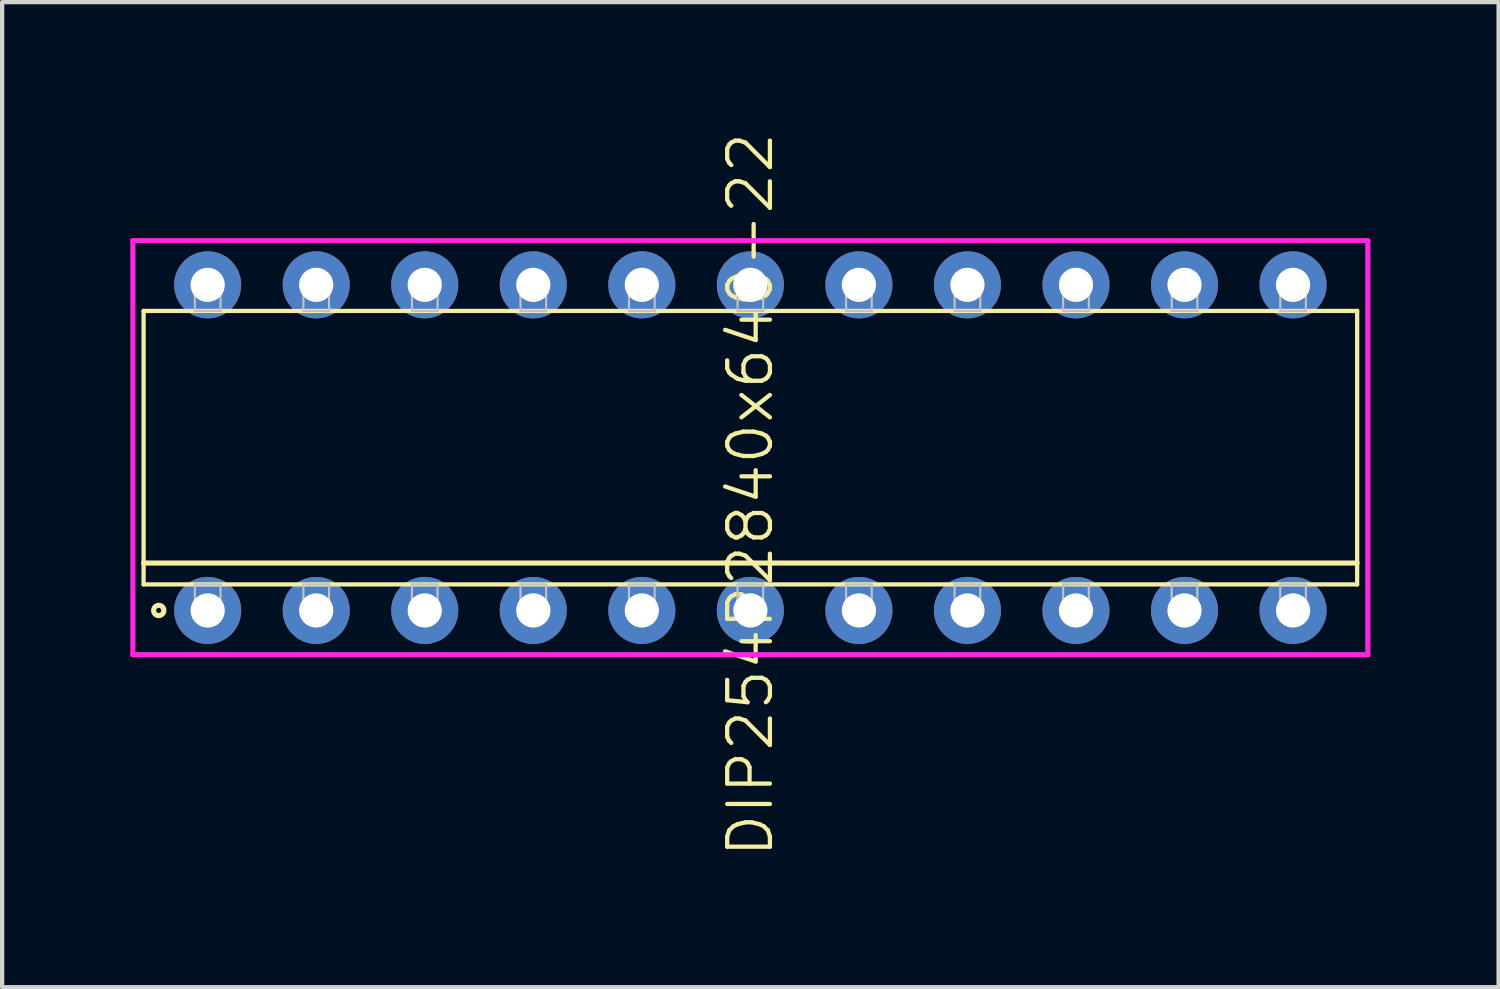
<source format=kicad_pcb>
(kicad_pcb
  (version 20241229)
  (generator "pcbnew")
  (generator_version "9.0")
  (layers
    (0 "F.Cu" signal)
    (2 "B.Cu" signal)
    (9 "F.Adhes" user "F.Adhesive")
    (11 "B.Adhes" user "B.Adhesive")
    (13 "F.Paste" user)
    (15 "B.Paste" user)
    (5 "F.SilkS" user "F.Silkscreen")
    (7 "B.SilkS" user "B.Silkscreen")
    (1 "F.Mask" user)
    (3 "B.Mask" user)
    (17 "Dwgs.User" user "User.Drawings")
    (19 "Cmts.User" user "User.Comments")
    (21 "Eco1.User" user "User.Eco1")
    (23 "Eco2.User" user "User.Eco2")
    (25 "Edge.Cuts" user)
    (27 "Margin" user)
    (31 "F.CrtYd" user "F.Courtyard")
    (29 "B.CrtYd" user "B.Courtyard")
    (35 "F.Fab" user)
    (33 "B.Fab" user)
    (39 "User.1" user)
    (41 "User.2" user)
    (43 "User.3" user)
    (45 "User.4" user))
  (footprint "DIP254P2840x640-22"
    (layer "F.Cu")
    (at 14.51 7.426)
    (property "Reference" "DIP254P2840x640-22" (at 0 1.1 90) (layer "F.SilkS") (effects (font (size 1 1) (thickness 0.1))))
    (attr through_hole)
    (fp_line (start -14.2 -3.2) (end -14.2 3.2) (stroke (width 0.1) (type solid)) (layer "F.SilkS"))
    (fp_line (start -14.2 2.7) (end 14.2 2.7) (stroke (width 0.12) (type solid)) (layer "F.SilkS"))
    (fp_line (start -14.2 3.2) (end 14.2 3.2) (stroke (width 0.1) (type solid)) (layer "F.SilkS"))
    (fp_line (start 14.2 -3.2) (end -14.2 -3.2) (stroke (width 0.1) (type solid)) (layer "F.SilkS"))
    (fp_line (start 14.2 3.2) (end 14.2 -3.2) (stroke (width 0.1) (type solid)) (layer "F.SilkS"))
    (fp_circle (center -13.845 3.81) (end -13.725 3.81) (stroke (width 0.12) (type solid)) (fill no) (layer "F.SilkS"))
    (fp_line (start -13 -3.81) (end -13 -3.2) (stroke (width 0.05) (type solid)) (layer "Dwgs.User"))
    (fp_line (start -13 -3.2) (end -12.4 -3.2) (stroke (width 0.05) (type solid)) (layer "Dwgs.User"))
    (fp_line (start -13 3.2) (end -12.4 3.2) (stroke (width 0.05) (type solid)) (layer "Dwgs.User"))
    (fp_line (start -13 3.81) (end -13 3.2) (stroke (width 0.05) (type solid)) (layer "Dwgs.User"))
    (fp_line (start -12.4 -3.81) (end -13 -3.81) (stroke (width 0.05) (type solid)) (layer "Dwgs.User"))
    (fp_line (start -12.4 -3.2) (end -12.4 -3.81) (stroke (width 0.05) (type solid)) (layer "Dwgs.User"))
    (fp_line (start -12.4 3.2) (end -12.4 3.81) (stroke (width 0.05) (type solid)) (layer "Dwgs.User"))
    (fp_line (start -12.4 3.81) (end -13 3.81) (stroke (width 0.05) (type solid)) (layer "Dwgs.User"))
    (fp_line (start -10.46 -3.81) (end -10.46 -3.2) (stroke (width 0.05) (type solid)) (layer "Dwgs.User"))
    (fp_line (start -10.46 -3.2) (end -9.86 -3.2) (stroke (width 0.05) (type solid)) (layer "Dwgs.User"))
    (fp_line (start -10.46 3.2) (end -9.86 3.2) (stroke (width 0.05) (type solid)) (layer "Dwgs.User"))
    (fp_line (start -10.46 3.81) (end -10.46 3.2) (stroke (width 0.05) (type solid)) (layer "Dwgs.User"))
    (fp_line (start -9.86 -3.81) (end -10.46 -3.81) (stroke (width 0.05) (type solid)) (layer "Dwgs.User"))
    (fp_line (start -9.86 -3.2) (end -9.86 -3.81) (stroke (width 0.05) (type solid)) (layer "Dwgs.User"))
    (fp_line (start -9.86 3.2) (end -9.86 3.81) (stroke (width 0.05) (type solid)) (layer "Dwgs.User"))
    (fp_line (start -9.86 3.81) (end -10.46 3.81) (stroke (width 0.05) (type solid)) (layer "Dwgs.User"))
    (fp_line (start -7.92 -3.81) (end -7.92 -3.2) (stroke (width 0.05) (type solid)) (layer "Dwgs.User"))
    (fp_line (start -7.92 -3.2) (end -7.32 -3.2) (stroke (width 0.05) (type solid)) (layer "Dwgs.User"))
    (fp_line (start -7.92 3.2) (end -7.32 3.2) (stroke (width 0.05) (type solid)) (layer "Dwgs.User"))
    (fp_line (start -7.92 3.81) (end -7.92 3.2) (stroke (width 0.05) (type solid)) (layer "Dwgs.User"))
    (fp_line (start -7.32 -3.81) (end -7.92 -3.81) (stroke (width 0.05) (type solid)) (layer "Dwgs.User"))
    (fp_line (start -7.32 -3.2) (end -7.32 -3.81) (stroke (width 0.05) (type solid)) (layer "Dwgs.User"))
    (fp_line (start -7.32 3.2) (end -7.32 3.81) (stroke (width 0.05) (type solid)) (layer "Dwgs.User"))
    (fp_line (start -7.32 3.81) (end -7.92 3.81) (stroke (width 0.05) (type solid)) (layer "Dwgs.User"))
    (fp_line (start -5.38 -3.81) (end -5.38 -3.2) (stroke (width 0.05) (type solid)) (layer "Dwgs.User"))
    (fp_line (start -5.38 -3.2) (end -4.78 -3.2) (stroke (width 0.05) (type solid)) (layer "Dwgs.User"))
    (fp_line (start -5.38 3.2) (end -4.78 3.2) (stroke (width 0.05) (type solid)) (layer "Dwgs.User"))
    (fp_line (start -5.38 3.81) (end -5.38 3.2) (stroke (width 0.05) (type solid)) (layer "Dwgs.User"))
    (fp_line (start -4.78 -3.81) (end -5.38 -3.81) (stroke (width 0.05) (type solid)) (layer "Dwgs.User"))
    (fp_line (start -4.78 -3.2) (end -4.78 -3.81) (stroke (width 0.05) (type solid)) (layer "Dwgs.User"))
    (fp_line (start -4.78 3.2) (end -4.78 3.81) (stroke (width 0.05) (type solid)) (layer "Dwgs.User"))
    (fp_line (start -4.78 3.81) (end -5.38 3.81) (stroke (width 0.05) (type solid)) (layer "Dwgs.User"))
    (fp_line (start -2.84 -3.81) (end -2.84 -3.2) (stroke (width 0.05) (type solid)) (layer "Dwgs.User"))
    (fp_line (start -2.84 -3.2) (end -2.24 -3.2) (stroke (width 0.05) (type solid)) (layer "Dwgs.User"))
    (fp_line (start -2.84 3.2) (end -2.24 3.2) (stroke (width 0.05) (type solid)) (layer "Dwgs.User"))
    (fp_line (start -2.84 3.81) (end -2.84 3.2) (stroke (width 0.05) (type solid)) (layer "Dwgs.User"))
    (fp_line (start -2.24 -3.81) (end -2.84 -3.81) (stroke (width 0.05) (type solid)) (layer "Dwgs.User"))
    (fp_line (start -2.24 -3.2) (end -2.24 -3.81) (stroke (width 0.05) (type solid)) (layer "Dwgs.User"))
    (fp_line (start -2.24 3.2) (end -2.24 3.81) (stroke (width 0.05) (type solid)) (layer "Dwgs.User"))
    (fp_line (start -2.24 3.81) (end -2.84 3.81) (stroke (width 0.05) (type solid)) (layer "Dwgs.User"))
    (fp_line (start -0.3 -3.81) (end -0.3 -3.2) (stroke (width 0.05) (type solid)) (layer "Dwgs.User"))
    (fp_line (start -0.3 -3.2) (end 0.3 -3.2) (stroke (width 0.05) (type solid)) (layer "Dwgs.User"))
    (fp_line (start -0.3 3.2) (end 0.3 3.2) (stroke (width 0.05) (type solid)) (layer "Dwgs.User"))
    (fp_line (start -0.3 3.81) (end -0.3 3.2) (stroke (width 0.05) (type solid)) (layer "Dwgs.User"))
    (fp_line (start 0.3 -3.81) (end -0.3 -3.81) (stroke (width 0.05) (type solid)) (layer "Dwgs.User"))
    (fp_line (start 0.3 -3.2) (end 0.3 -3.81) (stroke (width 0.05) (type solid)) (layer "Dwgs.User"))
    (fp_line (start 0.3 3.2) (end 0.3 3.81) (stroke (width 0.05) (type solid)) (layer "Dwgs.User"))
    (fp_line (start 0.3 3.81) (end -0.3 3.81) (stroke (width 0.05) (type solid)) (layer "Dwgs.User"))
    (fp_line (start 2.24 -3.81) (end 2.24 -3.2) (stroke (width 0.05) (type solid)) (layer "Dwgs.User"))
    (fp_line (start 2.24 -3.2) (end 2.84 -3.2) (stroke (width 0.05) (type solid)) (layer "Dwgs.User"))
    (fp_line (start 2.24 3.2) (end 2.84 3.2) (stroke (width 0.05) (type solid)) (layer "Dwgs.User"))
    (fp_line (start 2.24 3.81) (end 2.24 3.2) (stroke (width 0.05) (type solid)) (layer "Dwgs.User"))
    (fp_line (start 2.84 -3.81) (end 2.24 -3.81) (stroke (width 0.05) (type solid)) (layer "Dwgs.User"))
    (fp_line (start 2.84 -3.2) (end 2.84 -3.81) (stroke (width 0.05) (type solid)) (layer "Dwgs.User"))
    (fp_line (start 2.84 3.2) (end 2.84 3.81) (stroke (width 0.05) (type solid)) (layer "Dwgs.User"))
    (fp_line (start 2.84 3.81) (end 2.24 3.81) (stroke (width 0.05) (type solid)) (layer "Dwgs.User"))
    (fp_line (start 4.78 -3.81) (end 4.78 -3.2) (stroke (width 0.05) (type solid)) (layer "Dwgs.User"))
    (fp_line (start 4.78 -3.2) (end 5.38 -3.2) (stroke (width 0.05) (type solid)) (layer "Dwgs.User"))
    (fp_line (start 4.78 3.2) (end 5.38 3.2) (stroke (width 0.05) (type solid)) (layer "Dwgs.User"))
    (fp_line (start 4.78 3.81) (end 4.78 3.2) (stroke (width 0.05) (type solid)) (layer "Dwgs.User"))
    (fp_line (start 5.38 -3.81) (end 4.78 -3.81) (stroke (width 0.05) (type solid)) (layer "Dwgs.User"))
    (fp_line (start 5.38 -3.2) (end 5.38 -3.81) (stroke (width 0.05) (type solid)) (layer "Dwgs.User"))
    (fp_line (start 5.38 3.2) (end 5.38 3.81) (stroke (width 0.05) (type solid)) (layer "Dwgs.User"))
    (fp_line (start 5.38 3.81) (end 4.78 3.81) (stroke (width 0.05) (type solid)) (layer "Dwgs.User"))
    (fp_line (start 7.32 -3.81) (end 7.32 -3.2) (stroke (width 0.05) (type solid)) (layer "Dwgs.User"))
    (fp_line (start 7.32 -3.2) (end 7.92 -3.2) (stroke (width 0.05) (type solid)) (layer "Dwgs.User"))
    (fp_line (start 7.32 3.2) (end 7.92 3.2) (stroke (width 0.05) (type solid)) (layer "Dwgs.User"))
    (fp_line (start 7.32 3.81) (end 7.32 3.2) (stroke (width 0.05) (type solid)) (layer "Dwgs.User"))
    (fp_line (start 7.92 -3.81) (end 7.32 -3.81) (stroke (width 0.05) (type solid)) (layer "Dwgs.User"))
    (fp_line (start 7.92 -3.2) (end 7.92 -3.81) (stroke (width 0.05) (type solid)) (layer "Dwgs.User"))
    (fp_line (start 7.92 3.2) (end 7.92 3.81) (stroke (width 0.05) (type solid)) (layer "Dwgs.User"))
    (fp_line (start 7.92 3.81) (end 7.32 3.81) (stroke (width 0.05) (type solid)) (layer "Dwgs.User"))
    (fp_line (start 9.86 -3.81) (end 9.86 -3.2) (stroke (width 0.05) (type solid)) (layer "Dwgs.User"))
    (fp_line (start 9.86 -3.2) (end 10.46 -3.2) (stroke (width 0.05) (type solid)) (layer "Dwgs.User"))
    (fp_line (start 9.86 3.2) (end 10.46 3.2) (stroke (width 0.05) (type solid)) (layer "Dwgs.User"))
    (fp_line (start 9.86 3.81) (end 9.86 3.2) (stroke (width 0.05) (type solid)) (layer "Dwgs.User"))
    (fp_line (start 10.46 -3.81) (end 9.86 -3.81) (stroke (width 0.05) (type solid)) (layer "Dwgs.User"))
    (fp_line (start 10.46 -3.2) (end 10.46 -3.81) (stroke (width 0.05) (type solid)) (layer "Dwgs.User"))
    (fp_line (start 10.46 3.2) (end 10.46 3.81) (stroke (width 0.05) (type solid)) (layer "Dwgs.User"))
    (fp_line (start 10.46 3.81) (end 9.86 3.81) (stroke (width 0.05) (type solid)) (layer "Dwgs.User"))
    (fp_line (start 12.4 -3.81) (end 12.4 -3.2) (stroke (width 0.05) (type solid)) (layer "Dwgs.User"))
    (fp_line (start 12.4 -3.2) (end 13 -3.2) (stroke (width 0.05) (type solid)) (layer "Dwgs.User"))
    (fp_line (start 12.4 3.2) (end 13 3.2) (stroke (width 0.05) (type solid)) (layer "Dwgs.User"))
    (fp_line (start 12.4 3.81) (end 12.4 3.2) (stroke (width 0.05) (type solid)) (layer "Dwgs.User"))
    (fp_line (start 13 -3.81) (end 12.4 -3.81) (stroke (width 0.05) (type solid)) (layer "Dwgs.User"))
    (fp_line (start 13 -3.2) (end 13 -3.81) (stroke (width 0.05) (type solid)) (layer "Dwgs.User"))
    (fp_line (start 13 3.2) (end 13 3.81) (stroke (width 0.05) (type solid)) (layer "Dwgs.User"))
    (fp_line (start 13 3.81) (end 12.4 3.81) (stroke (width 0.05) (type solid)) (layer "Dwgs.User"))
    (fp_line (start -14.45 -4.845) (end -14.45 4.845) (stroke (width 0.12) (type solid)) (layer "F.CrtYd"))
    (fp_line (start -14.45 4.845) (end 14.45 4.845) (stroke (width 0.12) (type solid)) (layer "F.CrtYd"))
    (fp_line (start 14.45 -4.845) (end -14.45 -4.845) (stroke (width 0.12) (type solid)) (layer "F.CrtYd"))
    (fp_line (start 14.45 4.845) (end 14.45 -4.845) (stroke (width 0.12) (type solid)) (layer "F.CrtYd"))
    (pad "1" thru_hole oval (at -12.7 -3.81) (size 1.57 1.57) (drill 0.8) (layers "*.Cu" "*.Mask"))
    (pad "1" thru_hole oval (at -12.7 3.81) (size 1.57 1.57) (drill 0.8) (layers "*.Cu" "*.Mask"))
    (pad "1" thru_hole oval (at -10.16 -3.81) (size 1.57 1.57) (drill 0.8) (layers "*.Cu" "*.Mask"))
    (pad "1" thru_hole oval (at -7.62 -3.81) (size 1.57 1.57) (drill 0.8) (layers "*.Cu" "*.Mask"))
    (pad "1" thru_hole oval (at -5.08 -3.81) (size 1.57 1.57) (drill 0.8) (layers "*.Cu" "*.Mask"))
    (pad "1" thru_hole oval (at -2.54 -3.81) (size 1.57 1.57) (drill 0.8) (layers "*.Cu" "*.Mask"))
    (pad "1" thru_hole oval (at 0 -3.81) (size 1.57 1.57) (drill 0.8) (layers "*.Cu" "*.Mask"))
    (pad "1" thru_hole oval (at 2.54 -3.81) (size 1.57 1.57) (drill 0.8) (layers "*.Cu" "*.Mask"))
    (pad "1" thru_hole oval (at 5.08 -3.81) (size 1.57 1.57) (drill 0.8) (layers "*.Cu" "*.Mask"))
    (pad "1" thru_hole oval (at 7.62 -3.81) (size 1.57 1.57) (drill 0.8) (layers "*.Cu" "*.Mask"))
    (pad "1" thru_hole oval (at 10.16 -3.81) (size 1.57 1.57) (drill 0.8) (layers "*.Cu" "*.Mask"))
    (pad "1" thru_hole oval (at 12.7 -3.81) (size 1.57 1.57) (drill 0.8) (layers "*.Cu" "*.Mask"))
    (pad "2" thru_hole oval (at -10.16 3.81) (size 1.57 1.57) (drill 0.8) (layers "*.Cu" "*.Mask"))
    (pad "3" thru_hole oval (at -7.62 3.81) (size 1.57 1.57) (drill 0.8) (layers "*.Cu" "*.Mask"))
    (pad "4" thru_hole oval (at -5.08 3.81) (size 1.57 1.57) (drill 0.8) (layers "*.Cu" "*.Mask"))
    (pad "5" thru_hole oval (at -2.54 3.81) (size 1.57 1.57) (drill 0.8) (layers "*.Cu" "*.Mask"))
    (pad "6" thru_hole oval (at 0 3.81) (size 1.57 1.57) (drill 0.8) (layers "*.Cu" "*.Mask"))
    (pad "7" thru_hole oval (at 2.54 3.81) (size 1.57 1.57) (drill 0.8) (layers "*.Cu" "*.Mask"))
    (pad "8" thru_hole oval (at 5.08 3.81) (size 1.57 1.57) (drill 0.8) (layers "*.Cu" "*.Mask"))
    (pad "9" thru_hole oval (at 7.62 3.81) (size 1.57 1.57) (drill 0.8) (layers "*.Cu" "*.Mask"))
    (pad "10" thru_hole oval (at 10.16 3.81) (size 1.57 1.57) (drill 0.8) (layers "*.Cu" "*.Mask"))
    (pad "11" thru_hole oval (at 12.7 3.81) (size 1.57 1.57) (drill 0.8) (layers "*.Cu" "*.Mask")))
  (gr_rect
    (start -3 -3)
    (end 32.02 20.052)
    (stroke (width 0.1) (type default))
    (fill no)
    (layer "Edge.Cuts")))
</source>
